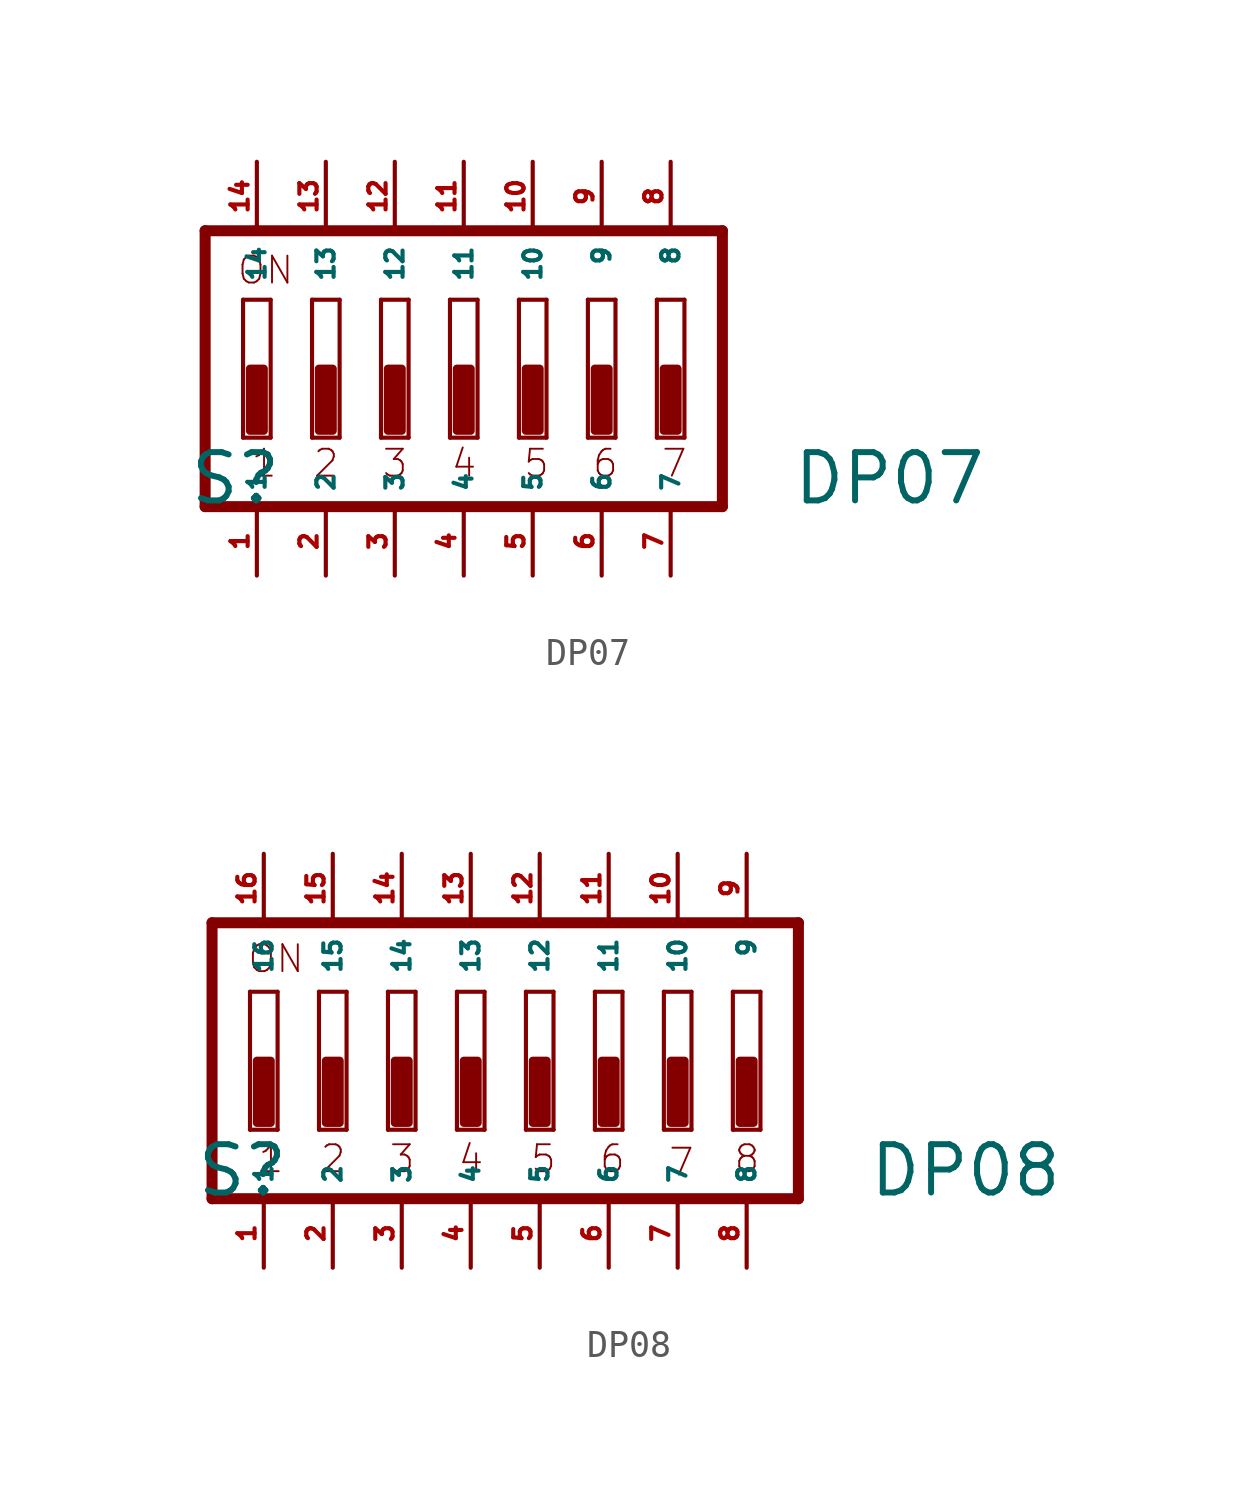
<source format=kicad_sym>
(kicad_symbol_lib
  (version 20220914)
  (generator Eagle2Kicad)
  (symbol "DP07"
    (property "Reference" "S"
      (at -10.16 -5.08 0)
      (effects (font (size 1.778 1.778) (thickness 0.22)) (justify left bottom)))
    (property "Value" "DP07"
      (at 12.065 -5.08 0)
      (effects (font (size 1.778 1.778) (thickness 0.22)) (justify left bottom)))
    (polyline
      (pts (xy 9.525 5.08) (xy -9.525 5.08))
      (stroke (width 0.406) (type default))
      (fill (type none)))
    (polyline
      (pts (xy -9.525 5.08) (xy -9.525 -5.08))
      (stroke (width 0.406) (type default))
      (fill (type none)))
    (polyline
      (pts (xy -9.525 -5.08) (xy 9.525 -5.08))
      (stroke (width 0.406) (type default))
      (fill (type none)))
    (polyline
      (pts (xy 9.525 -5.08) (xy 9.525 5.08))
      (stroke (width 0.406) (type default))
      (fill (type none)))
    (polyline
      (pts (xy -7.112 -2.54) (xy -8.128 -2.54))
      (stroke (width 0.152) (type default))
      (fill (type none)))
    (polyline
      (pts (xy -8.128 2.54) (xy -7.112 2.54))
      (stroke (width 0.152) (type default))
      (fill (type none)))
    (polyline
      (pts (xy -7.112 2.54) (xy -7.112 -2.54))
      (stroke (width 0.152) (type default))
      (fill (type none)))
    (polyline
      (pts (xy -8.128 -2.54) (xy -8.128 2.54))
      (stroke (width 0.152) (type default))
      (fill (type none)))
    (polyline
      (pts (xy -4.572 -2.54) (xy -5.588 -2.54))
      (stroke (width 0.152) (type default))
      (fill (type none)))
    (polyline
      (pts (xy -5.588 2.54) (xy -4.572 2.54))
      (stroke (width 0.152) (type default))
      (fill (type none)))
    (polyline
      (pts (xy -4.572 2.54) (xy -4.572 -2.54))
      (stroke (width 0.152) (type default))
      (fill (type none)))
    (polyline
      (pts (xy -5.588 -2.54) (xy -5.588 2.54))
      (stroke (width 0.152) (type default))
      (fill (type none)))
    (polyline
      (pts (xy -2.032 -2.54) (xy -3.048 -2.54))
      (stroke (width 0.152) (type default))
      (fill (type none)))
    (polyline
      (pts (xy -3.048 2.54) (xy -2.032 2.54))
      (stroke (width 0.152) (type default))
      (fill (type none)))
    (polyline
      (pts (xy -2.032 2.54) (xy -2.032 -2.54))
      (stroke (width 0.152) (type default))
      (fill (type none)))
    (polyline
      (pts (xy -3.048 -2.54) (xy -3.048 2.54))
      (stroke (width 0.152) (type default))
      (fill (type none)))
    (polyline
      (pts (xy 0.508 -2.54) (xy -0.508 -2.54))
      (stroke (width 0.152) (type default))
      (fill (type none)))
    (polyline
      (pts (xy -0.508 2.54) (xy 0.508 2.54))
      (stroke (width 0.152) (type default))
      (fill (type none)))
    (polyline
      (pts (xy 0.508 2.54) (xy 0.508 -2.54))
      (stroke (width 0.152) (type default))
      (fill (type none)))
    (polyline
      (pts (xy -0.508 -2.54) (xy -0.508 2.54))
      (stroke (width 0.152) (type default))
      (fill (type none)))
    (polyline
      (pts (xy 3.048 -2.54) (xy 2.032 -2.54))
      (stroke (width 0.152) (type default))
      (fill (type none)))
    (polyline
      (pts (xy 2.032 2.54) (xy 3.048 2.54))
      (stroke (width 0.152) (type default))
      (fill (type none)))
    (polyline
      (pts (xy 3.048 2.54) (xy 3.048 -2.54))
      (stroke (width 0.152) (type default))
      (fill (type none)))
    (polyline
      (pts (xy 2.032 -2.54) (xy 2.032 2.54))
      (stroke (width 0.152) (type default))
      (fill (type none)))
    (polyline
      (pts (xy 5.588 -2.54) (xy 4.572 -2.54))
      (stroke (width 0.152) (type default))
      (fill (type none)))
    (polyline
      (pts (xy 4.572 2.54) (xy 5.588 2.54))
      (stroke (width 0.152) (type default))
      (fill (type none)))
    (polyline
      (pts (xy 5.588 2.54) (xy 5.588 -2.54))
      (stroke (width 0.152) (type default))
      (fill (type none)))
    (polyline
      (pts (xy 4.572 -2.54) (xy 4.572 2.54))
      (stroke (width 0.152) (type default))
      (fill (type none)))
    (polyline
      (pts (xy 8.128 -2.54) (xy 7.112 -2.54))
      (stroke (width 0.152) (type default))
      (fill (type none)))
    (polyline
      (pts (xy 7.112 2.54) (xy 8.128 2.54))
      (stroke (width 0.152) (type default))
      (fill (type none)))
    (polyline
      (pts (xy 8.128 2.54) (xy 8.128 -2.54))
      (stroke (width 0.152) (type default))
      (fill (type none)))
    (polyline
      (pts (xy 7.112 -2.54) (xy 7.112 2.54))
      (stroke (width 0.152) (type default))
      (fill (type none)))
    (text "1"
      (at -7.874 -4.064 0)
      (effects (font (size 0.991 0.991) (thickness 0.07)) (justify left bottom)))
    (text "2"
      (at -5.588 -4.064 0)
      (effects (font (size 0.991 0.991) (thickness 0.07)) (justify left bottom)))
    (text "3"
      (at -3.048 -4.064 0)
      (effects (font (size 0.991 0.991) (thickness 0.07)) (justify left bottom)))
    (text "4"
      (at -0.508 -4.064 0)
      (effects (font (size 0.991 0.991) (thickness 0.07)) (justify left bottom)))
    (text "5"
      (at 2.159 -4.064 0)
      (effects (font (size 0.991 0.991) (thickness 0.07)) (justify left bottom)))
    (text "6"
      (at 4.699 -4.064 0)
      (effects (font (size 0.991 0.991) (thickness 0.07)) (justify left bottom)))
    (text "7"
      (at 7.239 -4.064 0)
      (effects (font (size 0.991 0.991) (thickness 0.07)) (justify left bottom)))
    (text "ON"
      (at -8.382 3.048 0)
      (effects (font (size 0.991 0.991) (thickness 0.07)) (justify left bottom)))
    (rectangle
      (start -7.874 -2.286)
      (end -7.366 0)
      (stroke (width 0.3) (type default))
      (fill (type outline)))
    (rectangle
      (start -5.334 -2.286)
      (end -4.826 0)
      (stroke (width 0.3) (type default))
      (fill (type outline)))
    (rectangle
      (start -2.794 -2.286)
      (end -2.286 0)
      (stroke (width 0.3) (type default))
      (fill (type outline)))
    (rectangle
      (start -0.254 -2.286)
      (end 0.254 0)
      (stroke (width 0.3) (type default))
      (fill (type outline)))
    (rectangle
      (start 2.286 -2.286)
      (end 2.794 0)
      (stroke (width 0.3) (type default))
      (fill (type outline)))
    (rectangle
      (start 4.826 -2.286)
      (end 5.334 0)
      (stroke (width 0.3) (type default))
      (fill (type outline)))
    (rectangle
      (start 7.366 -2.286)
      (end 7.874 0)
      (stroke (width 0.3) (type default))
      (fill (type outline)))
    (pin passive line
      (at 7.62 7.62 270)
      (length 2.54)
      (name "8" (effects (font (size 0.635 0.635) (thickness 0.08)) (justify left bottom)))
      (number "8" (effects (font (size 0.635 0.635) (thickness 0.08)) (justify left bottom))))
    (pin passive line
      (at 5.08 7.62 270)
      (length 2.54)
      (name "9" (effects (font (size 0.635 0.635) (thickness 0.08)) (justify left bottom)))
      (number "9" (effects (font (size 0.635 0.635) (thickness 0.08)) (justify left bottom))))
    (pin passive line
      (at 2.54 7.62 270)
      (length 2.54)
      (name "10" (effects (font (size 0.635 0.635) (thickness 0.08)) (justify left bottom)))
      (number "10" (effects (font (size 0.635 0.635) (thickness 0.08)) (justify left bottom))))
    (pin passive line
      (at 0 7.62 270)
      (length 2.54)
      (name "11" (effects (font (size 0.635 0.635) (thickness 0.08)) (justify left bottom)))
      (number "11" (effects (font (size 0.635 0.635) (thickness 0.08)) (justify left bottom))))
    (pin passive line
      (at -2.54 7.62 270)
      (length 2.54)
      (name "12" (effects (font (size 0.635 0.635) (thickness 0.08)) (justify left bottom)))
      (number "12" (effects (font (size 0.635 0.635) (thickness 0.08)) (justify left bottom))))
    (pin passive line
      (at -5.08 7.62 270)
      (length 2.54)
      (name "13" (effects (font (size 0.635 0.635) (thickness 0.08)) (justify left bottom)))
      (number "13" (effects (font (size 0.635 0.635) (thickness 0.08)) (justify left bottom))))
    (pin passive line
      (at -7.62 7.62 270)
      (length 2.54)
      (name "14" (effects (font (size 0.635 0.635) (thickness 0.08)) (justify left bottom)))
      (number "14" (effects (font (size 0.635 0.635) (thickness 0.08)) (justify left bottom))))
    (pin passive line
      (at -7.62 -7.62 90)
      (length 2.54)
      (name "1" (effects (font (size 0.635 0.635) (thickness 0.08)) (justify left bottom)))
      (number "1" (effects (font (size 0.635 0.635) (thickness 0.08)) (justify left bottom))))
    (pin passive line
      (at -5.08 -7.62 90)
      (length 2.54)
      (name "2" (effects (font (size 0.635 0.635) (thickness 0.08)) (justify left bottom)))
      (number "2" (effects (font (size 0.635 0.635) (thickness 0.08)) (justify left bottom))))
    (pin passive line
      (at -2.54 -7.62 90)
      (length 2.54)
      (name "3" (effects (font (size 0.635 0.635) (thickness 0.08)) (justify left bottom)))
      (number "3" (effects (font (size 0.635 0.635) (thickness 0.08)) (justify left bottom))))
    (pin passive line
      (at 0 -7.62 90)
      (length 2.54)
      (name "4" (effects (font (size 0.635 0.635) (thickness 0.08)) (justify left bottom)))
      (number "4" (effects (font (size 0.635 0.635) (thickness 0.08)) (justify left bottom))))
    (pin passive line
      (at 2.54 -7.62 90)
      (length 2.54)
      (name "5" (effects (font (size 0.635 0.635) (thickness 0.08)) (justify left bottom)))
      (number "5" (effects (font (size 0.635 0.635) (thickness 0.08)) (justify left bottom))))
    (pin passive line
      (at 5.08 -7.62 90)
      (length 2.54)
      (name "6" (effects (font (size 0.635 0.635) (thickness 0.08)) (justify left bottom)))
      (number "6" (effects (font (size 0.635 0.635) (thickness 0.08)) (justify left bottom))))
    (pin passive line
      (at 7.62 -7.62 90)
      (length 2.54)
      (name "7" (effects (font (size 0.635 0.635) (thickness 0.08)) (justify left bottom)))
      (number "7" (effects (font (size 0.635 0.635) (thickness 0.08)) (justify left bottom)))))
  (symbol "DP08"
    (property "Reference" "S"
      (at -12.7 -5.08 0)
      (effects (font (size 1.778 1.778) (thickness 0.22)) (justify left bottom)))
    (property "Value" "DP08"
      (at 12.065 -5.08 0)
      (effects (font (size 1.778 1.778) (thickness 0.22)) (justify left bottom)))
    (polyline
      (pts (xy 8.128 -2.54) (xy 7.112 -2.54))
      (stroke (width 0.152) (type default))
      (fill (type none)))
    (polyline
      (pts (xy 7.112 2.54) (xy 8.128 2.54))
      (stroke (width 0.152) (type default))
      (fill (type none)))
    (polyline
      (pts (xy 8.128 2.54) (xy 8.128 -2.54))
      (stroke (width 0.152) (type default))
      (fill (type none)))
    (polyline
      (pts (xy 7.112 -2.54) (xy 7.112 2.54))
      (stroke (width 0.152) (type default))
      (fill (type none)))
    (polyline
      (pts (xy 5.588 -2.54) (xy 4.572 -2.54))
      (stroke (width 0.152) (type default))
      (fill (type none)))
    (polyline
      (pts (xy 4.572 2.54) (xy 5.588 2.54))
      (stroke (width 0.152) (type default))
      (fill (type none)))
    (polyline
      (pts (xy 5.588 2.54) (xy 5.588 -2.54))
      (stroke (width 0.152) (type default))
      (fill (type none)))
    (polyline
      (pts (xy 4.572 -2.54) (xy 4.572 2.54))
      (stroke (width 0.152) (type default))
      (fill (type none)))
    (polyline
      (pts (xy 3.048 -2.54) (xy 2.032 -2.54))
      (stroke (width 0.152) (type default))
      (fill (type none)))
    (polyline
      (pts (xy 2.032 2.54) (xy 3.048 2.54))
      (stroke (width 0.152) (type default))
      (fill (type none)))
    (polyline
      (pts (xy 3.048 2.54) (xy 3.048 -2.54))
      (stroke (width 0.152) (type default))
      (fill (type none)))
    (polyline
      (pts (xy 2.032 -2.54) (xy 2.032 2.54))
      (stroke (width 0.152) (type default))
      (fill (type none)))
    (polyline
      (pts (xy 0.508 -2.54) (xy -0.508 -2.54))
      (stroke (width 0.152) (type default))
      (fill (type none)))
    (polyline
      (pts (xy -0.508 2.54) (xy 0.508 2.54))
      (stroke (width 0.152) (type default))
      (fill (type none)))
    (polyline
      (pts (xy 0.508 2.54) (xy 0.508 -2.54))
      (stroke (width 0.152) (type default))
      (fill (type none)))
    (polyline
      (pts (xy -0.508 -2.54) (xy -0.508 2.54))
      (stroke (width 0.152) (type default))
      (fill (type none)))
    (polyline
      (pts (xy -2.032 -2.54) (xy -3.048 -2.54))
      (stroke (width 0.152) (type default))
      (fill (type none)))
    (polyline
      (pts (xy -3.048 2.54) (xy -2.032 2.54))
      (stroke (width 0.152) (type default))
      (fill (type none)))
    (polyline
      (pts (xy -2.032 2.54) (xy -2.032 -2.54))
      (stroke (width 0.152) (type default))
      (fill (type none)))
    (polyline
      (pts (xy -3.048 -2.54) (xy -3.048 2.54))
      (stroke (width 0.152) (type default))
      (fill (type none)))
    (polyline
      (pts (xy -4.572 -2.54) (xy -5.588 -2.54))
      (stroke (width 0.152) (type default))
      (fill (type none)))
    (polyline
      (pts (xy -5.588 2.54) (xy -4.572 2.54))
      (stroke (width 0.152) (type default))
      (fill (type none)))
    (polyline
      (pts (xy -4.572 2.54) (xy -4.572 -2.54))
      (stroke (width 0.152) (type default))
      (fill (type none)))
    (polyline
      (pts (xy -5.588 -2.54) (xy -5.588 2.54))
      (stroke (width 0.152) (type default))
      (fill (type none)))
    (polyline
      (pts (xy -7.112 -2.54) (xy -8.128 -2.54))
      (stroke (width 0.152) (type default))
      (fill (type none)))
    (polyline
      (pts (xy -8.128 2.54) (xy -7.112 2.54))
      (stroke (width 0.152) (type default))
      (fill (type none)))
    (polyline
      (pts (xy -7.112 2.54) (xy -7.112 -2.54))
      (stroke (width 0.152) (type default))
      (fill (type none)))
    (polyline
      (pts (xy -8.128 -2.54) (xy -8.128 2.54))
      (stroke (width 0.152) (type default))
      (fill (type none)))
    (polyline
      (pts (xy -9.652 -2.54) (xy -10.668 -2.54))
      (stroke (width 0.152) (type default))
      (fill (type none)))
    (polyline
      (pts (xy -10.668 2.54) (xy -9.652 2.54))
      (stroke (width 0.152) (type default))
      (fill (type none)))
    (polyline
      (pts (xy -9.652 2.54) (xy -9.652 -2.54))
      (stroke (width 0.152) (type default))
      (fill (type none)))
    (polyline
      (pts (xy -10.668 -2.54) (xy -10.668 2.54))
      (stroke (width 0.152) (type default))
      (fill (type none)))
    (polyline
      (pts (xy 9.525 5.08) (xy -12.065 5.08))
      (stroke (width 0.406) (type default))
      (fill (type none)))
    (polyline
      (pts (xy -12.065 5.08) (xy -12.065 -5.08))
      (stroke (width 0.406) (type default))
      (fill (type none)))
    (polyline
      (pts (xy -12.065 -5.08) (xy 9.525 -5.08))
      (stroke (width 0.406) (type default))
      (fill (type none)))
    (polyline
      (pts (xy 9.525 -5.08) (xy 9.525 5.08))
      (stroke (width 0.406) (type default))
      (fill (type none)))
    (text "ON"
      (at -10.795 3.175 0)
      (effects (font (size 0.991 0.991) (thickness 0.07)) (justify left bottom)))
    (text "1"
      (at -10.414 -4.191 0)
      (effects (font (size 0.991 0.991) (thickness 0.07)) (justify left bottom)))
    (text "2"
      (at -8.128 -4.191 0)
      (effects (font (size 0.991 0.991) (thickness 0.07)) (justify left bottom)))
    (text "3"
      (at -5.588 -4.191 0)
      (effects (font (size 0.991 0.991) (thickness 0.07)) (justify left bottom)))
    (text "4"
      (at -3.048 -4.191 0)
      (effects (font (size 0.991 0.991) (thickness 0.07)) (justify left bottom)))
    (text "5"
      (at -0.381 -4.191 0)
      (effects (font (size 0.991 0.991) (thickness 0.07)) (justify left bottom)))
    (text "6"
      (at 2.159 -4.191 0)
      (effects (font (size 0.991 0.991) (thickness 0.07)) (justify left bottom)))
    (text "7"
      (at 4.699 -4.318 0)
      (effects (font (size 0.991 0.991) (thickness 0.07)) (justify left bottom)))
    (text "8"
      (at 7.112 -4.191 0)
      (effects (font (size 0.991 0.991) (thickness 0.07)) (justify left bottom)))
    (rectangle
      (start -10.414 -2.286)
      (end -9.906 0)
      (stroke (width 0.3) (type default))
      (fill (type outline)))
    (rectangle
      (start -7.874 -2.286)
      (end -7.366 0)
      (stroke (width 0.3) (type default))
      (fill (type outline)))
    (rectangle
      (start -5.334 -2.286)
      (end -4.826 0)
      (stroke (width 0.3) (type default))
      (fill (type outline)))
    (rectangle
      (start -2.794 -2.286)
      (end -2.286 0)
      (stroke (width 0.3) (type default))
      (fill (type outline)))
    (rectangle
      (start -0.254 -2.286)
      (end 0.254 0)
      (stroke (width 0.3) (type default))
      (fill (type outline)))
    (rectangle
      (start 2.286 -2.286)
      (end 2.794 0)
      (stroke (width 0.3) (type default))
      (fill (type outline)))
    (rectangle
      (start 4.826 -2.286)
      (end 5.334 0)
      (stroke (width 0.3) (type default))
      (fill (type outline)))
    (rectangle
      (start 7.366 -2.286)
      (end 7.874 0)
      (stroke (width 0.3) (type default))
      (fill (type outline)))
    (pin passive line
      (at 7.62 7.62 270)
      (length 2.54)
      (name "9" (effects (font (size 0.635 0.635) (thickness 0.08)) (justify left bottom)))
      (number "9" (effects (font (size 0.635 0.635) (thickness 0.08)) (justify left bottom))))
    (pin passive line
      (at 5.08 7.62 270)
      (length 2.54)
      (name "10" (effects (font (size 0.635 0.635) (thickness 0.08)) (justify left bottom)))
      (number "10" (effects (font (size 0.635 0.635) (thickness 0.08)) (justify left bottom))))
    (pin passive line
      (at 2.54 7.62 270)
      (length 2.54)
      (name "11" (effects (font (size 0.635 0.635) (thickness 0.08)) (justify left bottom)))
      (number "11" (effects (font (size 0.635 0.635) (thickness 0.08)) (justify left bottom))))
    (pin passive line
      (at 0 7.62 270)
      (length 2.54)
      (name "12" (effects (font (size 0.635 0.635) (thickness 0.08)) (justify left bottom)))
      (number "12" (effects (font (size 0.635 0.635) (thickness 0.08)) (justify left bottom))))
    (pin passive line
      (at -2.54 7.62 270)
      (length 2.54)
      (name "13" (effects (font (size 0.635 0.635) (thickness 0.08)) (justify left bottom)))
      (number "13" (effects (font (size 0.635 0.635) (thickness 0.08)) (justify left bottom))))
    (pin passive line
      (at -5.08 7.62 270)
      (length 2.54)
      (name "14" (effects (font (size 0.635 0.635) (thickness 0.08)) (justify left bottom)))
      (number "14" (effects (font (size 0.635 0.635) (thickness 0.08)) (justify left bottom))))
    (pin passive line
      (at -7.62 7.62 270)
      (length 2.54)
      (name "15" (effects (font (size 0.635 0.635) (thickness 0.08)) (justify left bottom)))
      (number "15" (effects (font (size 0.635 0.635) (thickness 0.08)) (justify left bottom))))
    (pin passive line
      (at -10.16 7.62 270)
      (length 2.54)
      (name "16" (effects (font (size 0.635 0.635) (thickness 0.08)) (justify left bottom)))
      (number "16" (effects (font (size 0.635 0.635) (thickness 0.08)) (justify left bottom))))
    (pin passive line
      (at -10.16 -7.62 90)
      (length 2.54)
      (name "1" (effects (font (size 0.635 0.635) (thickness 0.08)) (justify left bottom)))
      (number "1" (effects (font (size 0.635 0.635) (thickness 0.08)) (justify left bottom))))
    (pin passive line
      (at -7.62 -7.62 90)
      (length 2.54)
      (name "2" (effects (font (size 0.635 0.635) (thickness 0.08)) (justify left bottom)))
      (number "2" (effects (font (size 0.635 0.635) (thickness 0.08)) (justify left bottom))))
    (pin passive line
      (at -5.08 -7.62 90)
      (length 2.54)
      (name "3" (effects (font (size 0.635 0.635) (thickness 0.08)) (justify left bottom)))
      (number "3" (effects (font (size 0.635 0.635) (thickness 0.08)) (justify left bottom))))
    (pin passive line
      (at -2.54 -7.62 90)
      (length 2.54)
      (name "4" (effects (font (size 0.635 0.635) (thickness 0.08)) (justify left bottom)))
      (number "4" (effects (font (size 0.635 0.635) (thickness 0.08)) (justify left bottom))))
    (pin passive line
      (at 0 -7.62 90)
      (length 2.54)
      (name "5" (effects (font (size 0.635 0.635) (thickness 0.08)) (justify left bottom)))
      (number "5" (effects (font (size 0.635 0.635) (thickness 0.08)) (justify left bottom))))
    (pin passive line
      (at 2.54 -7.62 90)
      (length 2.54)
      (name "6" (effects (font (size 0.635 0.635) (thickness 0.08)) (justify left bottom)))
      (number "6" (effects (font (size 0.635 0.635) (thickness 0.08)) (justify left bottom))))
    (pin passive line
      (at 5.08 -7.62 90)
      (length 2.54)
      (name "7" (effects (font (size 0.635 0.635) (thickness 0.08)) (justify left bottom)))
      (number "7" (effects (font (size 0.635 0.635) (thickness 0.08)) (justify left bottom))))
    (pin passive line
      (at 7.62 -7.62 90)
      (length 2.54)
      (name "8" (effects (font (size 0.635 0.635) (thickness 0.08)) (justify left bottom)))
      (number "8" (effects (font (size 0.635 0.635) (thickness 0.08)) (justify left bottom))))))
</source>
